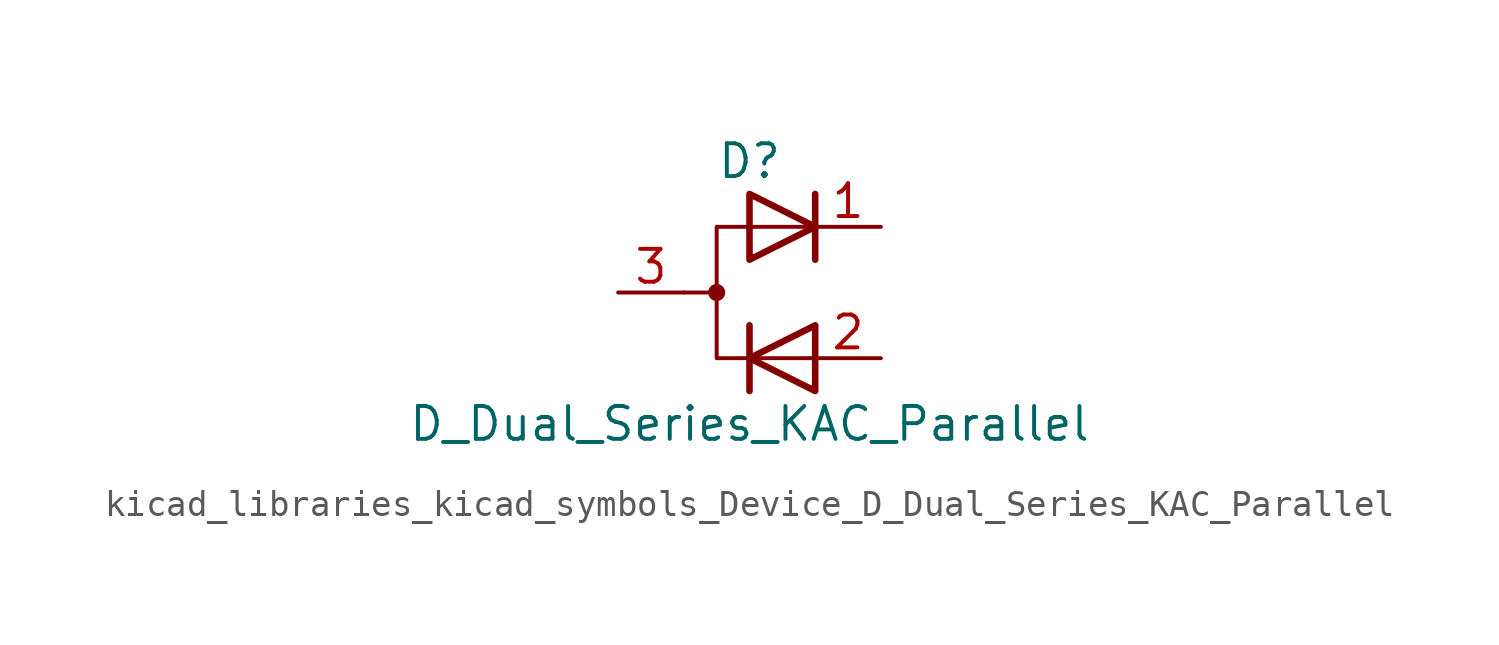
<source format=kicad_sym>
(kicad_symbol_lib
  (version 20220914)
  (generator kicad_symbol_editor)
  (symbol "kicad_libraries_kicad_symbols_Device_D_Dual_Series_KAC_Parallel"
    (pin_names
      (offset 0.762) hide)
    (property "Reference" "D"
      (at 0 5.08 0)
      (effects (font (size 1.27 1.27))))
    (property "Value" "D_Dual_Series_KAC_Parallel"
      (at 0 -5.08 0)
      (effects (font (size 1.27 1.27))))
    (symbol "kicad_libraries_kicad_symbols_Device_D_Dual_Series_KAC_Parallel_0_0"
      (polyline (pts (xy 0 -1.27) (xy 0 -3.81)) (stroke (width 0.254) (type default)) (fill (type none)))
      (polyline (pts (xy 2.54 3.81) (xy 2.54 1.27)) (stroke (width 0.254) (type default)) (fill (type none))))
    (symbol "kicad_libraries_kicad_symbols_Device_D_Dual_Series_KAC_Parallel_0_1"
      (circle (center -1.27 0) (radius 0.254) (stroke (width 0) (type default)) (fill (type outline)))
      (polyline (pts (xy -1.27 0) (xy -2.54 0)) (stroke (width 0) (type default)) (fill (type none)))
      (polyline (pts (xy 2.54 2.54) (xy -1.27 2.54) (xy -1.27 -2.54) (xy 2.54 -2.54)) (stroke (width 0) (type default)) (fill (type none)))
      (polyline (pts (xy 0 3.81) (xy 2.54 2.54) (xy 0 1.27) (xy 0 3.81) (xy 0 3.81) (xy 0 3.81)) (stroke (width 0.254) (type default)) (fill (type none)))
      (polyline (pts (xy 2.54 -1.27) (xy 0 -2.54) (xy 2.54 -3.81) (xy 2.54 -1.27) (xy 2.54 -1.27) (xy 2.54 -1.27)) (stroke (width 0.254) (type default)) (fill (type none)))
      (pin passive line (at 5.08 2.54 180) (length 2.54) (name "K" (effects (font (size 1.27 1.27)))) (number "1" (effects (font (size 1.27 1.27)))))
      (pin passive line (at 5.08 -2.54 180) (length 2.54) (name "K" (effects (font (size 1.27 1.27)))) (number "2" (effects (font (size 1.27 1.27)))))
      (pin passive line (at -5.08 0 0) (length 2.54) (name "A" (effects (font (size 1.27 1.27)))) (number "3" (effects (font (size 1.27 1.27))))))))
</source>
